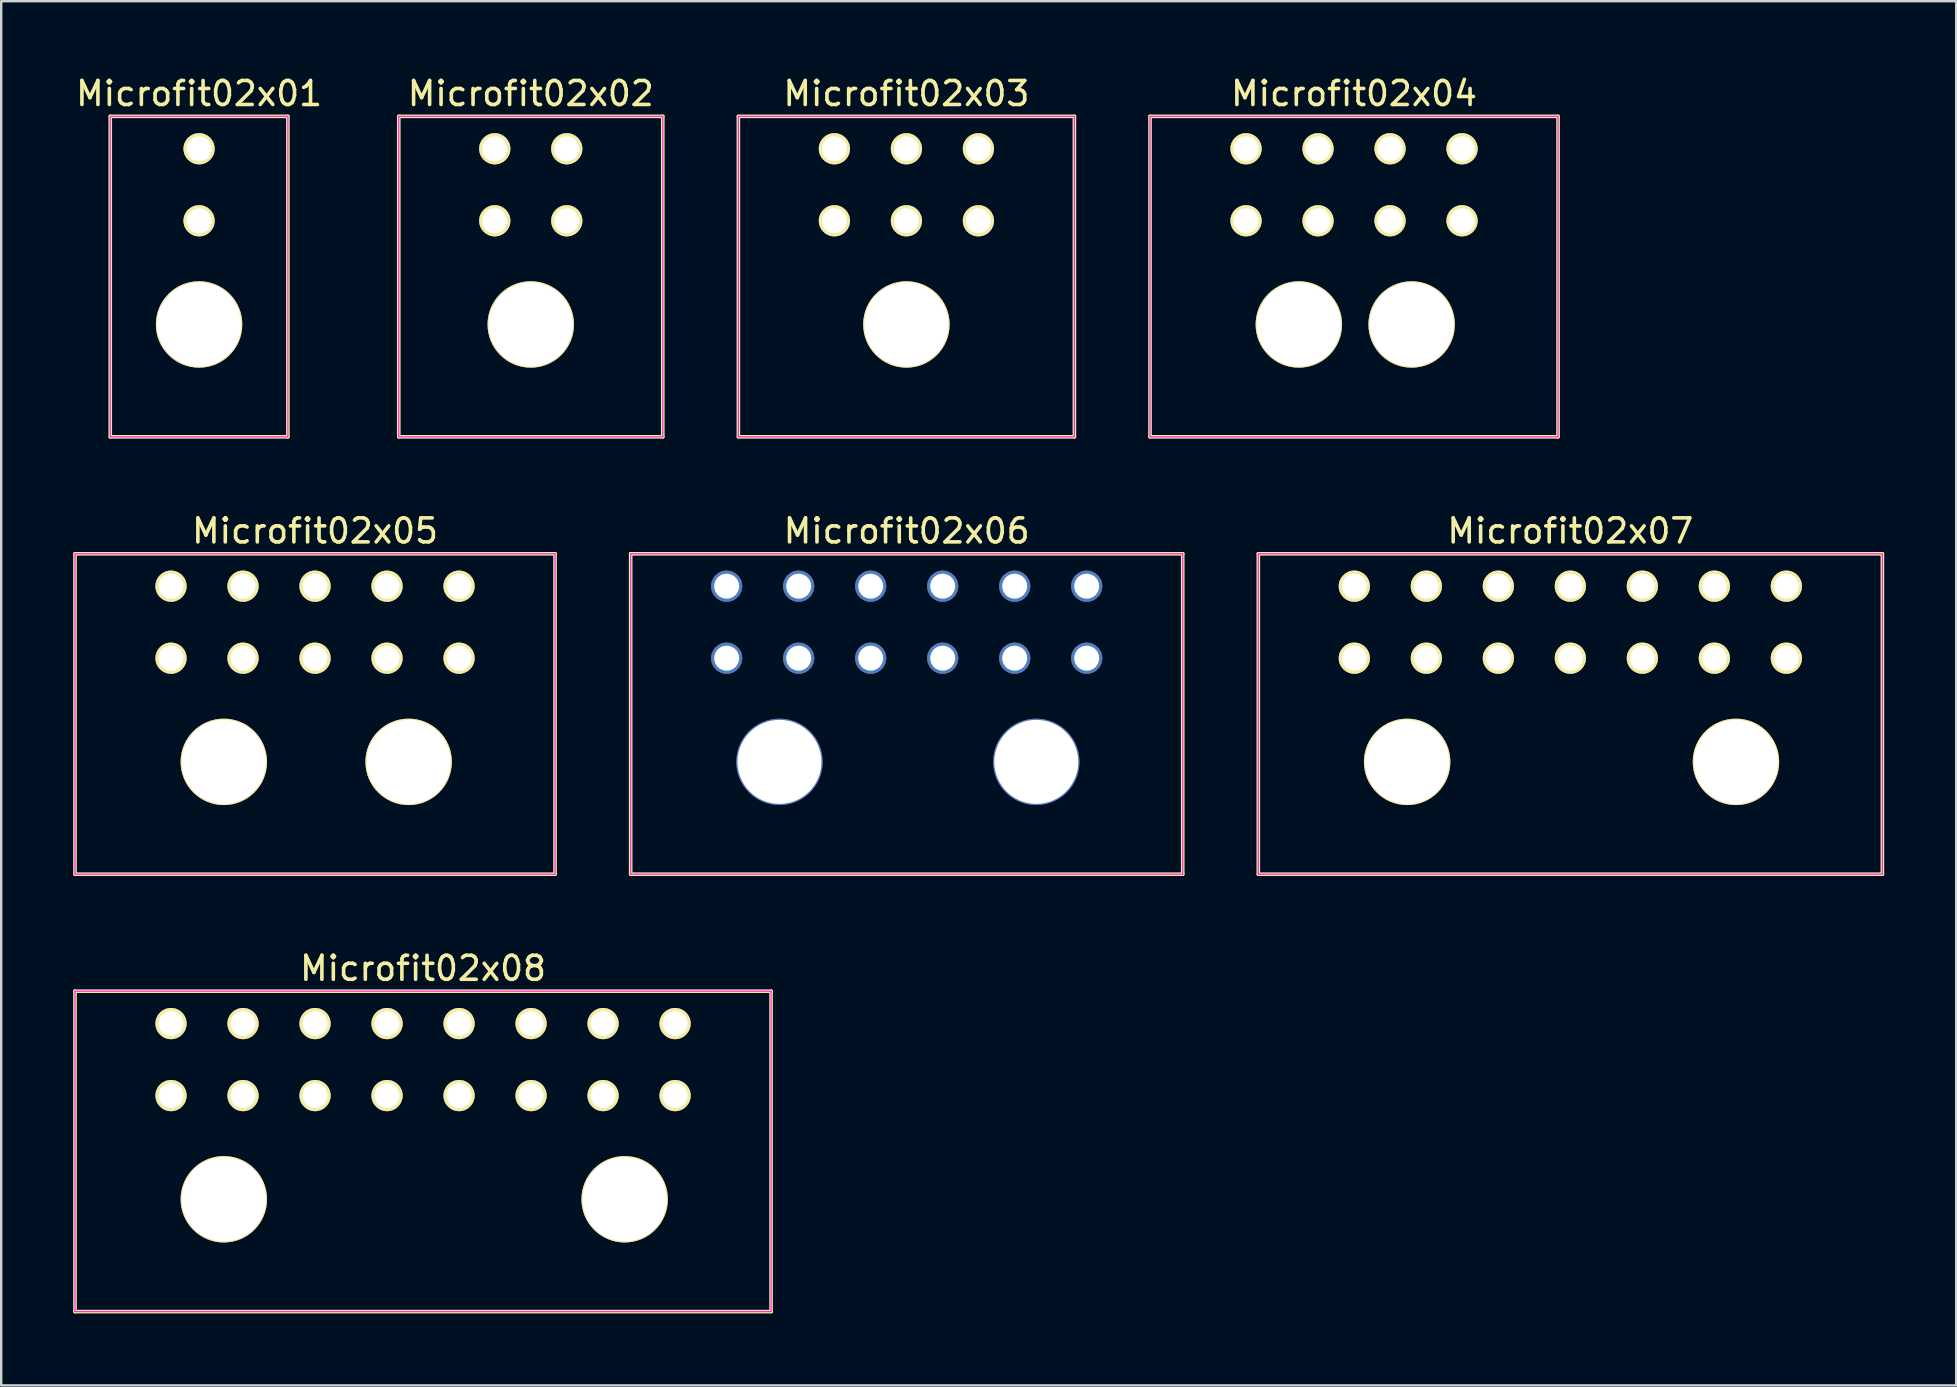
<source format=kicad_pcb>
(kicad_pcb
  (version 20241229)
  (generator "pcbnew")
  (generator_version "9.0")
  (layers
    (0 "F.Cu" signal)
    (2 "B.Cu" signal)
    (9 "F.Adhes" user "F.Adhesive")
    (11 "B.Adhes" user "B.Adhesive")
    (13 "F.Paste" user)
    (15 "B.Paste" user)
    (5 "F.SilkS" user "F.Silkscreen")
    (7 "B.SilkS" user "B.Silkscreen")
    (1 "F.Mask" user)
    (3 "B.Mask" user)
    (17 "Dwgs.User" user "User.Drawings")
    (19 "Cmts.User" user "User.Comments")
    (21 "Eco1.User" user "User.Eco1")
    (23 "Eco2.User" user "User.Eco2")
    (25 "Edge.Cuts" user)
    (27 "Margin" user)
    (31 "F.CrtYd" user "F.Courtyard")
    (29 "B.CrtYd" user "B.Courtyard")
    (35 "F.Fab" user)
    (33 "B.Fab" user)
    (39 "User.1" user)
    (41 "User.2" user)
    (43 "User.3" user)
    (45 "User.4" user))
  (footprint "Microfit02x06"
    (layer "F.Cu")
    (at 27.225 24.372)
    (property "Reference" "Microfit02x06" (at 7.5 -5.3 0) (layer "F.SilkS") (effects (font (size 1 1) (thickness 0.15))))
    (attr through_hole)
    (fp_line (start -4 -4.35) (end 19 -4.35) (stroke (width 0.15) (type solid)) (layer "F.SilkS"))
    (fp_line (start -4 9) (end -4 -4.35) (stroke (width 0.15) (type solid)) (layer "F.SilkS"))
    (fp_line (start 19 -4.35) (end 19 9) (stroke (width 0.15) (type solid)) (layer "F.SilkS"))
    (fp_line (start 19 9) (end -4 9) (stroke (width 0.15) (type solid)) (layer "F.SilkS"))
    (fp_line (start -4 -4.35) (end -4 9) (stroke (width 0.05) (type solid)) (layer "F.CrtYd"))
    (fp_line (start -4 9) (end 19 9) (stroke (width 0.05) (type solid)) (layer "F.CrtYd"))
    (fp_line (start 19 -4.35) (end -4 -4.35) (stroke (width 0.05) (type solid)) (layer "F.CrtYd"))
    (fp_line (start 19 9) (end 19 -4.35) (stroke (width 0.05) (type solid)) (layer "F.CrtYd"))
    (pad "" thru_hole circle (at 2.2 4.32) (size 3.6 3.6) (drill 3.5) (layers "*.Cu" "*.Mask"))
    (pad "" thru_hole circle (at 12.9 4.32) (size 3.6 3.6) (drill 3.5) (layers "*.Cu" "*.Mask"))
    (pad "1" thru_hole circle (at 0 0) (size 1.3 1.3) (drill 1.04) (layers "*.Cu" "*.Mask"))
    (pad "2" thru_hole circle (at 0 -3) (size 1.3 1.3) (drill 1.04) (layers "*.Cu" "*.Mask"))
    (pad "3" thru_hole circle (at 3 0) (size 1.3 1.3) (drill 1.04) (layers "*.Cu" "*.Mask"))
    (pad "4" thru_hole circle (at 3 -3) (size 1.3 1.3) (drill 1.04) (layers "*.Cu" "*.Mask"))
    (pad "5" thru_hole circle (at 6 0) (size 1.3 1.3) (drill 1.04) (layers "*.Cu" "*.Mask"))
    (pad "6" thru_hole circle (at 6 -3) (size 1.3 1.3) (drill 1.04) (layers "*.Cu" "*.Mask"))
    (pad "7" thru_hole circle (at 9 0) (size 1.3 1.3) (drill 1.04) (layers "*.Cu" "*.Mask"))
    (pad "8" thru_hole circle (at 9 -3) (size 1.3 1.3) (drill 1.04) (layers "*.Cu" "*.Mask"))
    (pad "9" thru_hole circle (at 12 0) (size 1.3 1.3) (drill 1.04) (layers "*.Cu" "*.Mask"))
    (pad "10" thru_hole circle (at 12 -3) (size 1.3 1.3) (drill 1.04) (layers "*.Cu" "*.Mask"))
    (pad "11" thru_hole circle (at 15 0) (size 1.3 1.3) (drill 1.04) (layers "*.Cu" "*.Mask"))
    (pad "12" thru_hole circle (at 15 -3) (size 1.3 1.3) (drill 1.04) (layers "*.Cu" "*.Mask")))
  (footprint "Microfit02x02"
    (layer "F.Cu")
    (at 19.063 6.148)
    (property "Reference" "Microfit02x02" (at 0 -5.3 0) (layer "F.SilkS") (effects (font (size 1 1) (thickness 0.15))))
    (attr through_hole)
    (fp_line (start -5.5 -4.35) (end 5.5 -4.35) (stroke (width 0.15) (type solid)) (layer "F.SilkS"))
    (fp_line (start -5.5 9) (end -5.5 -4.35) (stroke (width 0.15) (type solid)) (layer "F.SilkS"))
    (fp_line (start 5.5 -4.35) (end 5.5 9) (stroke (width 0.15) (type solid)) (layer "F.SilkS"))
    (fp_line (start 5.5 9) (end -5.5 9) (stroke (width 0.15) (type solid)) (layer "F.SilkS"))
    (fp_line (start -5.5 -4.35) (end -5.5 9) (stroke (width 0.05) (type solid)) (layer "F.CrtYd"))
    (fp_line (start -5.5 9) (end 5.5 9) (stroke (width 0.05) (type solid)) (layer "F.CrtYd"))
    (fp_line (start 5.5 -4.35) (end -5.5 -4.35) (stroke (width 0.05) (type solid)) (layer "F.CrtYd"))
    (fp_line (start 5.5 9) (end 5.5 -4.35) (stroke (width 0.05) (type solid)) (layer "F.CrtYd"))
    (pad "" thru_hole circle (at 0 4.32) (size 3.6 3.6) (drill 3.5) (layers "*.Cu" "*.Mask" "F.SilkS"))
    (pad "1" thru_hole circle (at -1.5 0) (size 1.3 1.3) (drill 1.04) (layers "*.Cu" "*.Mask" "F.SilkS"))
    (pad "2" thru_hole circle (at -1.5 -3) (size 1.3 1.3) (drill 1.04) (layers "*.Cu" "*.Mask" "F.SilkS"))
    (pad "3" thru_hole circle (at 1.5 0) (size 1.3 1.3) (drill 1.04) (layers "*.Cu" "*.Mask" "F.SilkS"))
    (pad "4" thru_hole circle (at 1.5 -3) (size 1.3 1.3) (drill 1.04) (layers "*.Cu" "*.Mask" "F.SilkS")))
  (footprint "Microfit02x08"
    (layer "F.Cu")
    (at 4.075 42.595)
    (property "Reference" "Microfit02x08" (at 10.5 -5.3 0) (layer "F.SilkS") (effects (font (size 1 1) (thickness 0.15))))
    (attr through_hole)
    (fp_line (start -4 -4.35) (end 25 -4.35) (stroke (width 0.15) (type solid)) (layer "F.SilkS"))
    (fp_line (start -4 9) (end -4 -4.35) (stroke (width 0.15) (type solid)) (layer "F.SilkS"))
    (fp_line (start 25 -4.35) (end 25 9) (stroke (width 0.15) (type solid)) (layer "F.SilkS"))
    (fp_line (start 25 9) (end -4 9) (stroke (width 0.15) (type solid)) (layer "F.SilkS"))
    (fp_line (start -4 -4.35) (end -4 9) (stroke (width 0.05) (type solid)) (layer "F.CrtYd"))
    (fp_line (start -4 9) (end 25 9) (stroke (width 0.05) (type solid)) (layer "F.CrtYd"))
    (fp_line (start 25 -4.35) (end -4 -4.35) (stroke (width 0.05) (type solid)) (layer "F.CrtYd"))
    (fp_line (start 25 9) (end 25 -4.35) (stroke (width 0.05) (type solid)) (layer "F.CrtYd"))
    (pad "" thru_hole circle (at 2.2 4.32) (size 3.6 3.6) (drill 3.5) (layers "*.Cu" "*.Mask" "F.SilkS"))
    (pad "" thru_hole circle (at 18.9 4.32) (size 3.6 3.6) (drill 3.5) (layers "*.Cu" "*.Mask" "F.SilkS"))
    (pad "1" thru_hole circle (at 0 0) (size 1.3 1.3) (drill 1.04) (layers "*.Cu" "*.Mask" "F.SilkS"))
    (pad "2" thru_hole circle (at 0 -3) (size 1.3 1.3) (drill 1.04) (layers "*.Cu" "*.Mask" "F.SilkS"))
    (pad "3" thru_hole circle (at 3 0) (size 1.3 1.3) (drill 1.04) (layers "*.Cu" "*.Mask" "F.SilkS"))
    (pad "4" thru_hole circle (at 3 -3) (size 1.3 1.3) (drill 1.04) (layers "*.Cu" "*.Mask" "F.SilkS"))
    (pad "5" thru_hole circle (at 6 0) (size 1.3 1.3) (drill 1.04) (layers "*.Cu" "*.Mask" "F.SilkS"))
    (pad "6" thru_hole circle (at 6 -3) (size 1.3 1.3) (drill 1.04) (layers "*.Cu" "*.Mask" "F.SilkS"))
    (pad "7" thru_hole circle (at 9 0) (size 1.3 1.3) (drill 1.04) (layers "*.Cu" "*.Mask" "F.SilkS"))
    (pad "8" thru_hole circle (at 9 -3) (size 1.3 1.3) (drill 1.04) (layers "*.Cu" "*.Mask" "F.SilkS"))
    (pad "9" thru_hole circle (at 12 0) (size 1.3 1.3) (drill 1.04) (layers "*.Cu" "*.Mask" "F.SilkS"))
    (pad "10" thru_hole circle (at 12 -3) (size 1.3 1.3) (drill 1.04) (layers "*.Cu" "*.Mask" "F.SilkS"))
    (pad "11" thru_hole circle (at 15 0) (size 1.3 1.3) (drill 1.04) (layers "*.Cu" "*.Mask" "F.SilkS"))
    (pad "12" thru_hole circle (at 15 -3) (size 1.3 1.3) (drill 1.04) (layers "*.Cu" "*.Mask" "F.SilkS"))
    (pad "13" thru_hole circle (at 18 0) (size 1.3 1.3) (drill 1.04) (layers "*.Cu" "*.Mask" "F.SilkS"))
    (pad "14" thru_hole circle (at 18 -3) (size 1.3 1.3) (drill 1.04) (layers "*.Cu" "*.Mask" "F.SilkS"))
    (pad "15" thru_hole circle (at 21 0) (size 1.3 1.3) (drill 1.04) (layers "*.Cu" "*.Mask" "F.SilkS"))
    (pad "16" thru_hole circle (at 21 -3) (size 1.3 1.3) (drill 1.04) (layers "*.Cu" "*.Mask" "F.SilkS")))
  (footprint "Microfit02x05"
    (layer "F.Cu")
    (at 4.075 24.372)
    (property "Reference" "Microfit02x05" (at 6 -5.3 0) (layer "F.SilkS") (effects (font (size 1 1) (thickness 0.15))))
    (attr through_hole)
    (fp_line (start -4 -4.35) (end 16 -4.35) (stroke (width 0.15) (type solid)) (layer "F.SilkS"))
    (fp_line (start -4 9) (end -4 -4.35) (stroke (width 0.15) (type solid)) (layer "F.SilkS"))
    (fp_line (start 16 -4.35) (end 16 9) (stroke (width 0.15) (type solid)) (layer "F.SilkS"))
    (fp_line (start 16 9) (end -4 9) (stroke (width 0.15) (type solid)) (layer "F.SilkS"))
    (fp_line (start -4 -4.35) (end -4 9) (stroke (width 0.05) (type solid)) (layer "F.CrtYd"))
    (fp_line (start -4 9) (end 16 9) (stroke (width 0.05) (type solid)) (layer "F.CrtYd"))
    (fp_line (start 16 -4.35) (end -4 -4.35) (stroke (width 0.05) (type solid)) (layer "F.CrtYd"))
    (fp_line (start 16 9) (end 16 -4.35) (stroke (width 0.05) (type solid)) (layer "F.CrtYd"))
    (pad "" thru_hole circle (at 2.2 4.32) (size 3.6 3.6) (drill 3.5) (layers "*.Cu" "*.Mask" "F.SilkS"))
    (pad "" thru_hole circle (at 9.9 4.32) (size 3.6 3.6) (drill 3.5) (layers "*.Cu" "*.Mask" "F.SilkS"))
    (pad "1" thru_hole circle (at 0 0) (size 1.3 1.3) (drill 1.04) (layers "*.Cu" "*.Mask" "F.SilkS"))
    (pad "2" thru_hole circle (at 0 -3) (size 1.3 1.3) (drill 1.04) (layers "*.Cu" "*.Mask" "F.SilkS"))
    (pad "3" thru_hole circle (at 3 0) (size 1.3 1.3) (drill 1.04) (layers "*.Cu" "*.Mask" "F.SilkS"))
    (pad "4" thru_hole circle (at 3 -3) (size 1.3 1.3) (drill 1.04) (layers "*.Cu" "*.Mask" "F.SilkS"))
    (pad "5" thru_hole circle (at 6 0) (size 1.3 1.3) (drill 1.04) (layers "*.Cu" "*.Mask" "F.SilkS"))
    (pad "6" thru_hole circle (at 6 -3) (size 1.3 1.3) (drill 1.04) (layers "*.Cu" "*.Mask" "F.SilkS"))
    (pad "7" thru_hole circle (at 9 0) (size 1.3 1.3) (drill 1.04) (layers "*.Cu" "*.Mask" "F.SilkS"))
    (pad "8" thru_hole circle (at 9 -3) (size 1.3 1.3) (drill 1.04) (layers "*.Cu" "*.Mask" "F.SilkS"))
    (pad "9" thru_hole circle (at 12 0) (size 1.3 1.3) (drill 1.04) (layers "*.Cu" "*.Mask" "F.SilkS"))
    (pad "10" thru_hole circle (at 12 -3) (size 1.3 1.3) (drill 1.04) (layers "*.Cu" "*.Mask" "F.SilkS")))
  (footprint "Microfit02x03"
    (layer "F.Cu")
    (at 31.713 6.148)
    (property "Reference" "Microfit02x03" (at 3 -5.3 0) (layer "F.SilkS") (effects (font (size 1 1) (thickness 0.15))))
    (attr through_hole)
    (fp_line (start -4 -4.35) (end 10 -4.35) (stroke (width 0.15) (type solid)) (layer "F.SilkS"))
    (fp_line (start -4 9) (end -4 -4.35) (stroke (width 0.15) (type solid)) (layer "F.SilkS"))
    (fp_line (start 10 -4.35) (end 10 9) (stroke (width 0.15) (type solid)) (layer "F.SilkS"))
    (fp_line (start 10 9) (end -4 9) (stroke (width 0.15) (type solid)) (layer "F.SilkS"))
    (fp_line (start -4 -4.35) (end -4 9) (stroke (width 0.05) (type solid)) (layer "F.CrtYd"))
    (fp_line (start -4 9) (end 10 9) (stroke (width 0.05) (type solid)) (layer "F.CrtYd"))
    (fp_line (start 10 -4.35) (end -4 -4.35) (stroke (width 0.05) (type solid)) (layer "F.CrtYd"))
    (fp_line (start 10 9) (end 10 -4.35) (stroke (width 0.05) (type solid)) (layer "F.CrtYd"))
    (pad "" thru_hole circle (at 3 4.32) (size 3.6 3.6) (drill 3.5) (layers "*.Cu" "*.Mask" "F.SilkS"))
    (pad "1" thru_hole circle (at 0 0) (size 1.3 1.3) (drill 1.04) (layers "*.Cu" "*.Mask" "F.SilkS"))
    (pad "2" thru_hole circle (at 0 -3) (size 1.3 1.3) (drill 1.04) (layers "*.Cu" "*.Mask" "F.SilkS"))
    (pad "3" thru_hole circle (at 3 0) (size 1.3 1.3) (drill 1.04) (layers "*.Cu" "*.Mask" "F.SilkS"))
    (pad "4" thru_hole circle (at 3 -3) (size 1.3 1.3) (drill 1.04) (layers "*.Cu" "*.Mask" "F.SilkS"))
    (pad "5" thru_hole circle (at 6 0) (size 1.3 1.3) (drill 1.04) (layers "*.Cu" "*.Mask" "F.SilkS"))
    (pad "6" thru_hole circle (at 6 -3) (size 1.3 1.3) (drill 1.04) (layers "*.Cu" "*.Mask" "F.SilkS")))
  (footprint "Microfit02x01"
    (layer "F.Cu")
    (at 5.244 6.148)
    (property "Reference" "Microfit02x01" (at 0 -5.3 0) (layer "F.SilkS") (effects (font (size 1 1) (thickness 0.15))))
    (attr through_hole)
    (fp_line (start -3.7 -4.35) (end 3.7 -4.35) (stroke (width 0.15) (type solid)) (layer "F.SilkS"))
    (fp_line (start -3.7 9) (end -3.7 -4.35) (stroke (width 0.15) (type solid)) (layer "F.SilkS"))
    (fp_line (start 3.7 -4.35) (end 3.7 9) (stroke (width 0.15) (type solid)) (layer "F.SilkS"))
    (fp_line (start 3.7 9) (end -3.7 9) (stroke (width 0.15) (type solid)) (layer "F.SilkS"))
    (fp_line (start -3.7 -4.35) (end -3.7 9) (stroke (width 0.05) (type solid)) (layer "F.CrtYd"))
    (fp_line (start -3.7 9) (end 3.7 9) (stroke (width 0.05) (type solid)) (layer "F.CrtYd"))
    (fp_line (start 3.7 -4.35) (end -3.7 -4.35) (stroke (width 0.05) (type solid)) (layer "F.CrtYd"))
    (fp_line (start 3.7 9) (end 3.7 -4.35) (stroke (width 0.05) (type solid)) (layer "F.CrtYd"))
    (pad "" thru_hole circle (at 0 4.32) (size 3.6 3.6) (drill 3.5) (layers "*.Cu" "*.Mask" "F.SilkS"))
    (pad "1" thru_hole circle (at 0 0) (size 1.3 1.3) (drill 1.04) (layers "*.Cu" "*.Mask" "F.SilkS"))
    (pad "2" thru_hole circle (at 0 -3) (size 1.3 1.3) (drill 1.04) (layers "*.Cu" "*.Mask" "F.SilkS")))
  (footprint "Microfit02x04"
    (layer "F.Cu")
    (at 48.863 6.148)
    (property "Reference" "Microfit02x04" (at 4.5 -5.3 0) (layer "F.SilkS") (effects (font (size 1 1) (thickness 0.15))))
    (attr through_hole)
    (fp_line (start -4 -4.35) (end 13 -4.35) (stroke (width 0.15) (type solid)) (layer "F.SilkS"))
    (fp_line (start -4 9) (end -4 -4.35) (stroke (width 0.15) (type solid)) (layer "F.SilkS"))
    (fp_line (start 13 -4.35) (end 13 9) (stroke (width 0.15) (type solid)) (layer "F.SilkS"))
    (fp_line (start 13 9) (end -4 9) (stroke (width 0.15) (type solid)) (layer "F.SilkS"))
    (fp_line (start -4 -4.35) (end -4 9) (stroke (width 0.05) (type solid)) (layer "F.CrtYd"))
    (fp_line (start -4 9) (end 13 9) (stroke (width 0.05) (type solid)) (layer "F.CrtYd"))
    (fp_line (start 13 -4.35) (end -4 -4.35) (stroke (width 0.05) (type solid)) (layer "F.CrtYd"))
    (fp_line (start 13 9) (end 13 -4.35) (stroke (width 0.05) (type solid)) (layer "F.CrtYd"))
    (pad "" thru_hole circle (at 2.2 4.32) (size 3.6 3.6) (drill 3.5) (layers "*.Cu" "*.Mask" "F.SilkS"))
    (pad "" thru_hole circle (at 6.9 4.32) (size 3.6 3.6) (drill 3.5) (layers "*.Cu" "*.Mask" "F.SilkS"))
    (pad "1" thru_hole circle (at 0 0) (size 1.3 1.3) (drill 1.04) (layers "*.Cu" "*.Mask" "F.SilkS"))
    (pad "2" thru_hole circle (at 0 -3) (size 1.3 1.3) (drill 1.04) (layers "*.Cu" "*.Mask" "F.SilkS"))
    (pad "3" thru_hole circle (at 3 0) (size 1.3 1.3) (drill 1.04) (layers "*.Cu" "*.Mask" "F.SilkS"))
    (pad "4" thru_hole circle (at 3 -3) (size 1.3 1.3) (drill 1.04) (layers "*.Cu" "*.Mask" "F.SilkS"))
    (pad "5" thru_hole circle (at 6 0) (size 1.3 1.3) (drill 1.04) (layers "*.Cu" "*.Mask" "F.SilkS"))
    (pad "6" thru_hole circle (at 6 -3) (size 1.3 1.3) (drill 1.04) (layers "*.Cu" "*.Mask" "F.SilkS"))
    (pad "7" thru_hole circle (at 9 0) (size 1.3 1.3) (drill 1.04) (layers "*.Cu" "*.Mask" "F.SilkS"))
    (pad "8" thru_hole circle (at 9 -3) (size 1.3 1.3) (drill 1.04) (layers "*.Cu" "*.Mask" "F.SilkS")))
  (footprint "Microfit02x07"
    (layer "F.Cu")
    (at 53.375 24.372)
    (property "Reference" "Microfit02x07" (at 9 -5.3 0) (layer "F.SilkS") (effects (font (size 1 1) (thickness 0.15))))
    (attr through_hole)
    (fp_line (start -4 -4.35) (end 22 -4.35) (stroke (width 0.15) (type solid)) (layer "F.SilkS"))
    (fp_line (start -4 9) (end -4 -4.35) (stroke (width 0.15) (type solid)) (layer "F.SilkS"))
    (fp_line (start 22 -4.35) (end 22 9) (stroke (width 0.15) (type solid)) (layer "F.SilkS"))
    (fp_line (start 22 9) (end -4 9) (stroke (width 0.15) (type solid)) (layer "F.SilkS"))
    (fp_line (start -4 -4.35) (end -4 9) (stroke (width 0.05) (type solid)) (layer "F.CrtYd"))
    (fp_line (start -4 9) (end 22 9) (stroke (width 0.05) (type solid)) (layer "F.CrtYd"))
    (fp_line (start 22 -4.35) (end -4 -4.35) (stroke (width 0.05) (type solid)) (layer "F.CrtYd"))
    (fp_line (start 22 9) (end 22 -4.35) (stroke (width 0.05) (type solid)) (layer "F.CrtYd"))
    (pad "" thru_hole circle (at 2.2 4.32) (size 3.6 3.6) (drill 3.5) (layers "*.Cu" "*.Mask" "F.SilkS"))
    (pad "" thru_hole circle (at 15.9 4.32) (size 3.6 3.6) (drill 3.5) (layers "*.Cu" "*.Mask" "F.SilkS"))
    (pad "1" thru_hole circle (at 0 0) (size 1.3 1.3) (drill 1.04) (layers "*.Cu" "*.Mask" "F.SilkS"))
    (pad "2" thru_hole circle (at 0 -3) (size 1.3 1.3) (drill 1.04) (layers "*.Cu" "*.Mask" "F.SilkS"))
    (pad "3" thru_hole circle (at 3 0) (size 1.3 1.3) (drill 1.04) (layers "*.Cu" "*.Mask" "F.SilkS"))
    (pad "4" thru_hole circle (at 3 -3) (size 1.3 1.3) (drill 1.04) (layers "*.Cu" "*.Mask" "F.SilkS"))
    (pad "5" thru_hole circle (at 6 0) (size 1.3 1.3) (drill 1.04) (layers "*.Cu" "*.Mask" "F.SilkS"))
    (pad "6" thru_hole circle (at 6 -3) (size 1.3 1.3) (drill 1.04) (layers "*.Cu" "*.Mask" "F.SilkS"))
    (pad "7" thru_hole circle (at 9 0) (size 1.3 1.3) (drill 1.04) (layers "*.Cu" "*.Mask" "F.SilkS"))
    (pad "8" thru_hole circle (at 9 -3) (size 1.3 1.3) (drill 1.04) (layers "*.Cu" "*.Mask" "F.SilkS"))
    (pad "9" thru_hole circle (at 12 0) (size 1.3 1.3) (drill 1.04) (layers "*.Cu" "*.Mask" "F.SilkS"))
    (pad "10" thru_hole circle (at 12 -3) (size 1.3 1.3) (drill 1.04) (layers "*.Cu" "*.Mask" "F.SilkS"))
    (pad "11" thru_hole circle (at 15 0) (size 1.3 1.3) (drill 1.04) (layers "*.Cu" "*.Mask" "F.SilkS"))
    (pad "12" thru_hole circle (at 15 -3) (size 1.3 1.3) (drill 1.04) (layers "*.Cu" "*.Mask" "F.SilkS"))
    (pad "13" thru_hole circle (at 18 0) (size 1.3 1.3) (drill 1.04) (layers "*.Cu" "*.Mask" "F.SilkS"))
    (pad "14" thru_hole circle (at 18 -3) (size 1.3 1.3) (drill 1.04) (layers "*.Cu" "*.Mask" "F.SilkS")))
  (gr_rect
    (start -3 -3)
    (end 78.45 54.67)
    (stroke (width 0.1) (type default))
    (fill no)
    (layer "Edge.Cuts")))
</source>
